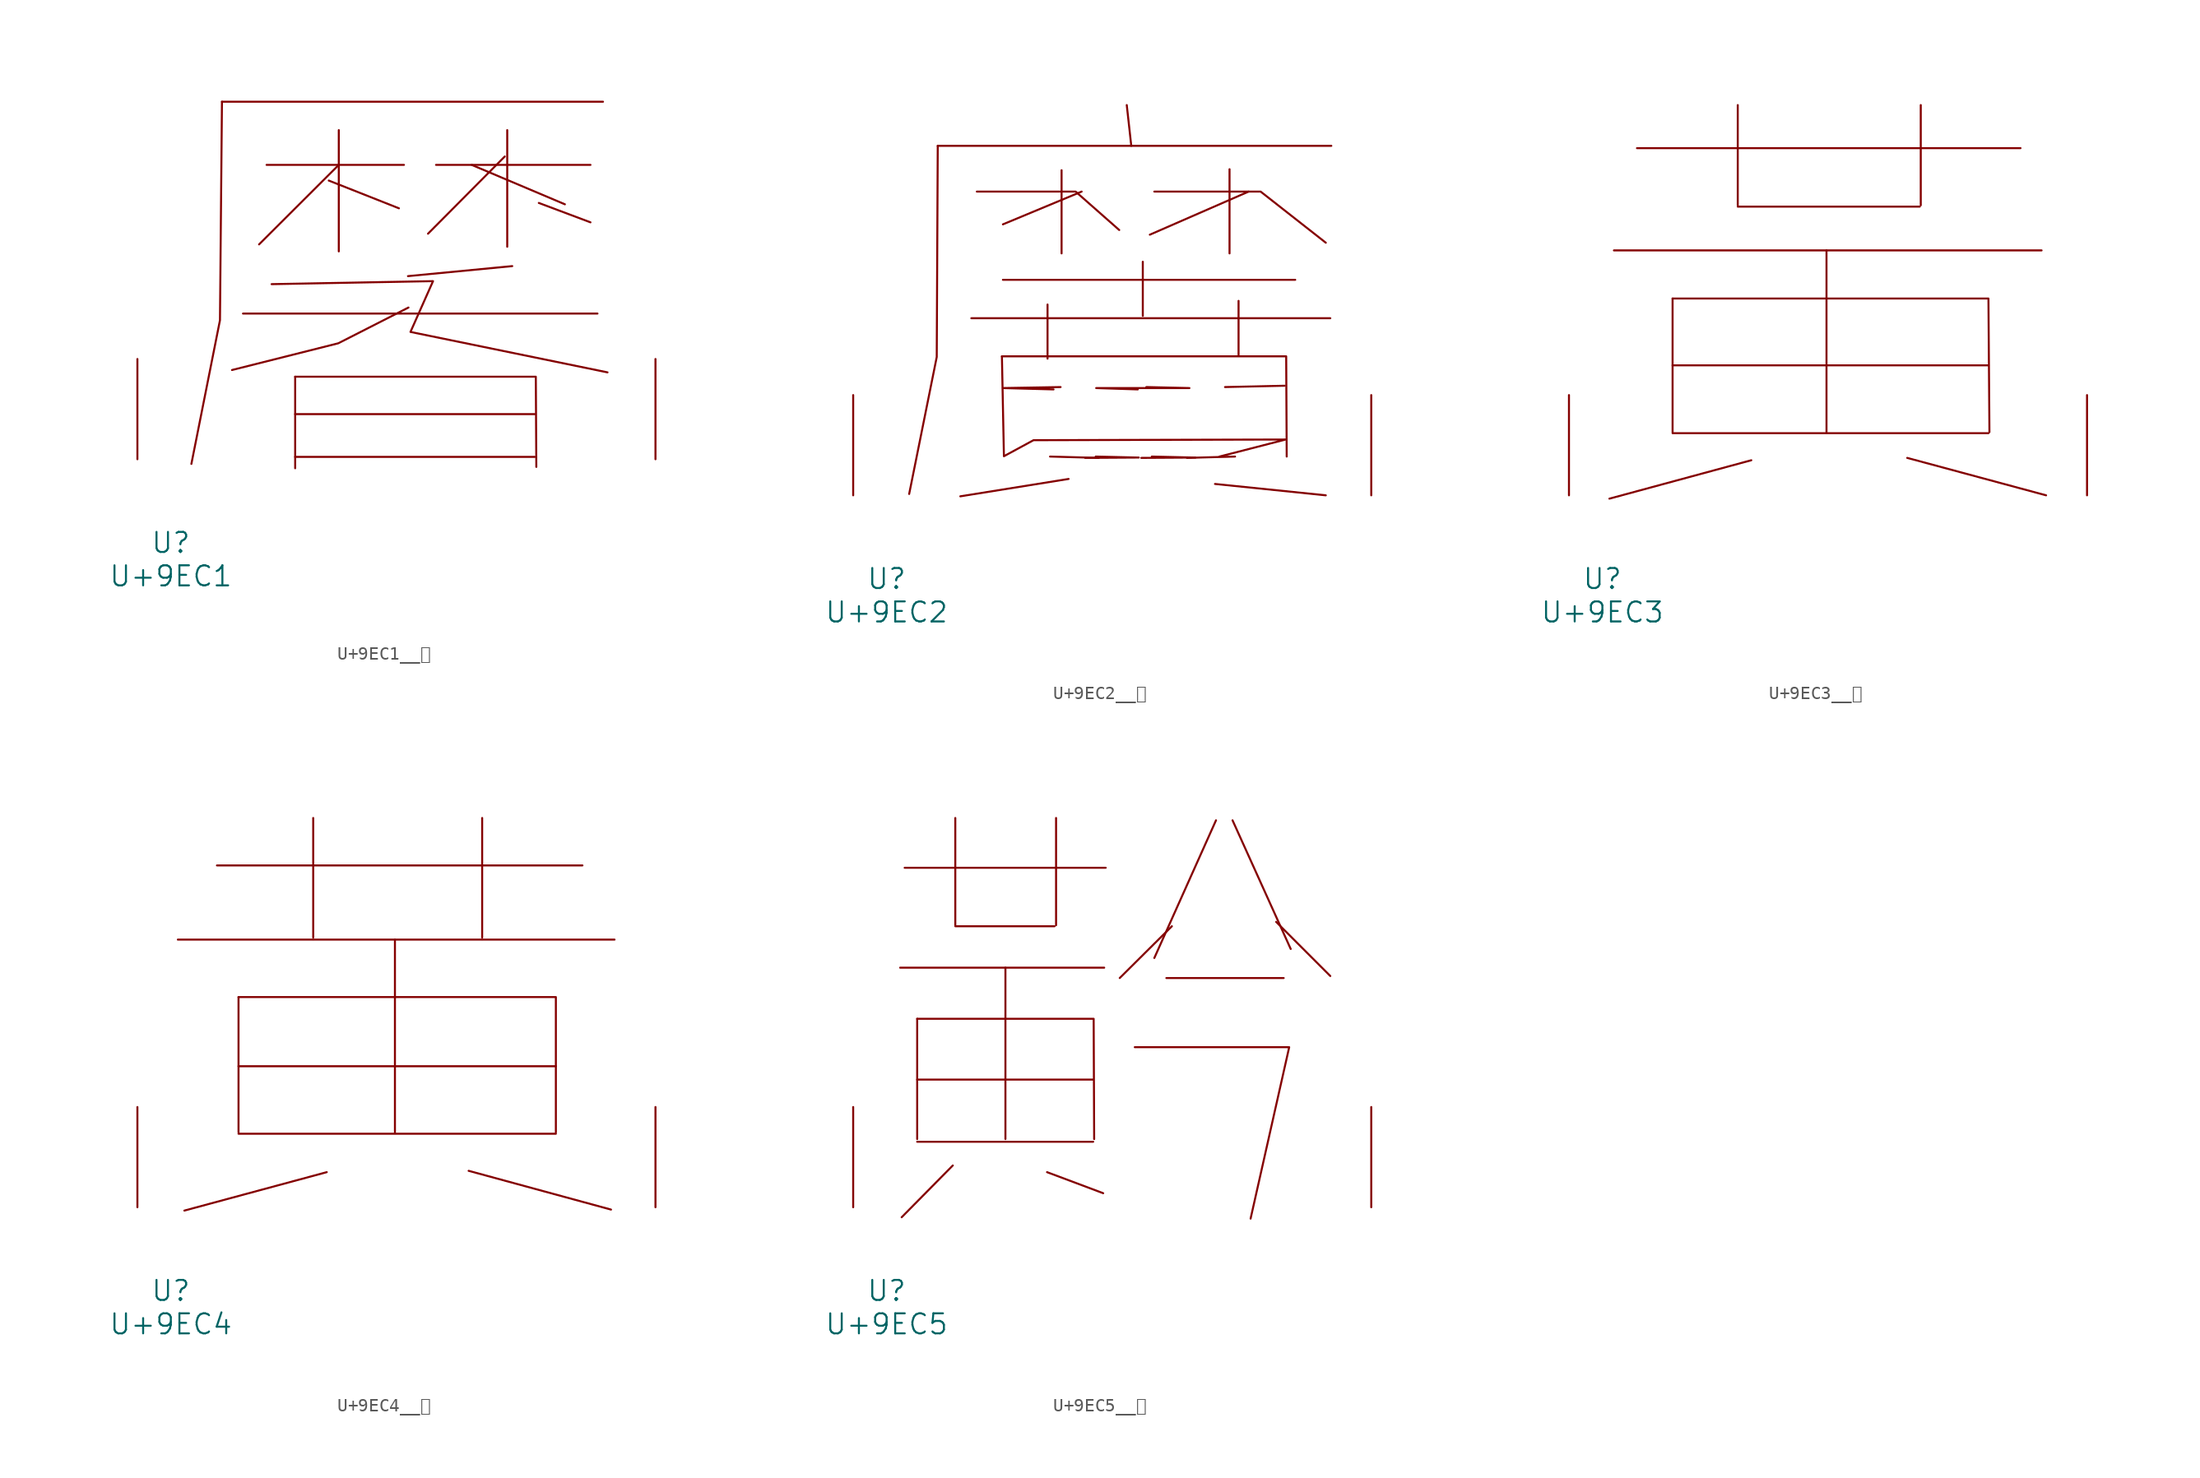
<source format=kicad_sym>
(kicad_symbol_lib
  (version 20231120)
  (generator "kicad_symbol_editor")
  (generator_version "8.0")
  (symbol "U+9EC1__黁"
    (pin_names
      (offset 1.016))
    (property "Reference" "U"
      (at 0 -6.35 0)
      (effects (font (size 1.524 1.524))))
    (property "Value" "U+9EC1"
      (at 0 -8.89 0)
      (effects (font (size 1.524 1.524))))
    (symbol "U+9EC1__黁_0_1"
      (polyline (pts (xy 3.886 27.178) (xy 32.842 27.178)) (stroke (width 0) (type solid)) (fill (type none)))
      (polyline (pts (xy 5.486 11.074) (xy 32.423 11.074)) (stroke (width 0) (type solid)) (fill (type none)))
      (polyline (pts (xy 7.277 22.377) (xy 17.716 22.377)) (stroke (width 0) (type solid)) (fill (type none)))
      (polyline (pts (xy 9.449 0.178) (xy 27.661 0.178)) (stroke (width 0) (type solid)) (fill (type none)))
      (polyline (pts (xy 9.449 3.429) (xy 27.661 3.429)) (stroke (width 0) (type solid)) (fill (type none)))
      (polyline (pts (xy 9.449 6.274) (xy 9.449 -0.686)) (stroke (width 0) (type solid)) (fill (type none)))
      (polyline (pts (xy 12.002 21.184) (xy 17.335 19.075)) (stroke (width 0) (type solid)) (fill (type none)))
      (polyline (pts (xy 12.764 22.377) (xy 6.706 16.332)) (stroke (width 0) (type solid)) (fill (type none)))
      (polyline (pts (xy 12.764 25.019) (xy 12.764 15.799)) (stroke (width 0) (type solid)) (fill (type none)))
      (polyline (pts (xy 20.155 22.377) (xy 31.89 22.377)) (stroke (width 0) (type solid)) (fill (type none)))
      (polyline (pts (xy 22.86 22.377) (xy 29.947 19.38)) (stroke (width 0) (type solid)) (fill (type none)))
      (polyline (pts (xy 25.375 23.012) (xy 19.545 17.145)) (stroke (width 0) (type solid)) (fill (type none)))
      (polyline (pts (xy 25.565 25.019) (xy 25.565 16.154)) (stroke (width 0) (type solid)) (fill (type none)))
      (polyline (pts (xy 25.946 14.681) (xy 18.021 13.919)) (stroke (width 0) (type solid)) (fill (type none)))
      (polyline (pts (xy 27.965 19.482) (xy 31.89 18.009)) (stroke (width 0) (type solid)) (fill (type none)))
      (polyline (pts (xy 3.886 27.178) (xy 3.734 10.566) (xy 1.562 -0.356)) (stroke (width 0) (type solid)) (fill (type none)))
      (polyline (pts (xy 9.449 6.274) (xy 27.737 6.274) (xy 27.775 -0.584)) (stroke (width 0) (type solid)) (fill (type none)))
      (polyline (pts (xy 18.059 11.532) (xy 12.725 8.814) (xy 4.648 6.782)) (stroke (width 0) (type solid)) (fill (type none)))
      (polyline (pts (xy 7.658 13.31) (xy 19.926 13.538) (xy 18.212 9.677) (xy 33.185 6.604)) (stroke (width 0) (type solid)) (fill (type none)))
      (pin input line (at -2.54 0 90) (length 7.62) (name "~" (effects (font (size 1.27 1.27)))) (number "~" (effects (font (size 1.27 1.27)))))
      (pin input line (at 36.83 0 90) (length 7.62) (name "~" (effects (font (size 1.27 1.27)))) (number "~" (effects (font (size 1.27 1.27)))))))
  (symbol "U+9EC2__黂"
    (pin_names
      (offset 1.016))
    (property "Reference" "U"
      (at 0 -6.35 0)
      (effects (font (size 1.524 1.524))))
    (property "Value" "U+9EC2"
      (at 0 -8.89 0)
      (effects (font (size 1.524 1.524))))
    (symbol "U+9EC2__黂_0_1"
      (polyline (pts (xy 3.886 26.568) (xy 33.795 26.568)) (stroke (width 0) (type solid)) (fill (type none)))
      (polyline (pts (xy 6.439 13.462) (xy 33.718 13.462)) (stroke (width 0) (type solid)) (fill (type none)))
      (polyline (pts (xy 8.839 16.383) (xy 31.052 16.383)) (stroke (width 0) (type solid)) (fill (type none)))
      (polyline (pts (xy 12.23 14.503) (xy 12.23 10.389)) (stroke (width 0) (type solid)) (fill (type none)))
      (polyline (pts (xy 13.297 24.714) (xy 13.297 18.39)) (stroke (width 0) (type solid)) (fill (type none)))
      (polyline (pts (xy 13.83 1.245) (xy 5.601 -0.076)) (stroke (width 0) (type solid)) (fill (type none)))
      (polyline (pts (xy 14.821 23.089) (xy 8.839 20.599)) (stroke (width 0) (type solid)) (fill (type none)))
      (polyline (pts (xy 16.116 2.845) (xy 12.421 2.946)) (stroke (width 0) (type solid)) (fill (type none)))
      (polyline (pts (xy 18.25 29.667) (xy 18.593 26.568)) (stroke (width 0) (type solid)) (fill (type none)))
      (polyline (pts (xy 19.469 17.755) (xy 19.469 13.64)) (stroke (width 0) (type solid)) (fill (type none)))
      (polyline (pts (xy 22.822 2.845) (xy 26.48 2.946)) (stroke (width 0) (type solid)) (fill (type none)))
      (polyline (pts (xy 24.956 0.864) (xy 33.376 0)) (stroke (width 0) (type solid)) (fill (type none)))
      (polyline (pts (xy 26.06 24.79) (xy 26.06 18.39)) (stroke (width 0) (type solid)) (fill (type none)))
      (polyline (pts (xy 26.746 14.783) (xy 26.746 10.668)) (stroke (width 0) (type solid)) (fill (type none)))
      (polyline (pts (xy 27.508 23.089) (xy 20.003 19.812)) (stroke (width 0) (type solid)) (fill (type none)))
      (polyline (pts (xy 30.251 8.331) (xy 25.718 8.23)) (stroke (width 0) (type solid)) (fill (type none)))
      (polyline (pts (xy 3.886 26.568) (xy 3.81 10.516) (xy 1.714 0.102)) (stroke (width 0) (type solid)) (fill (type none)))
      (polyline (pts (xy 6.858 23.089) (xy 14.364 23.089) (xy 17.678 20.168)) (stroke (width 0) (type solid)) (fill (type none)))
      (polyline (pts (xy 8.763 10.566) (xy 30.366 10.566) (xy 30.404 2.946)) (stroke (width 0) (type solid)) (fill (type none)))
      (polyline (pts (xy 12.687 8.052) (xy 8.839 8.153) (xy 13.221 8.23)) (stroke (width 0) (type solid)) (fill (type none)))
      (polyline (pts (xy 15.088 2.845) (xy 19.164 2.87) (xy 15.888 2.946)) (stroke (width 0) (type solid)) (fill (type none)))
      (polyline (pts (xy 19.355 2.845) (xy 23.47 2.87) (xy 20.155 2.946)) (stroke (width 0) (type solid)) (fill (type none)))
      (polyline (pts (xy 20.345 23.089) (xy 28.423 23.089) (xy 33.376 19.202)) (stroke (width 0) (type solid)) (fill (type none)))
      (polyline (pts (xy 8.763 10.566) (xy 8.915 2.972) (xy 11.163 4.191) (xy 30.328 4.242) (xy 25.298 2.946)) (stroke (width 0) (type solid)) (fill (type none)))
      (polyline (pts (xy 19.088 8.052) (xy 15.926 8.153) (xy 19.507 8.153) (xy 23.012 8.153) (xy 19.736 8.23)) (stroke (width 0) (type solid)) (fill (type none)))
      (pin input line (at -2.54 0 90) (length 7.62) (name "~" (effects (font (size 1.27 1.27)))) (number "~" (effects (font (size 1.27 1.27)))))
      (pin input line (at 36.83 0 90) (length 7.62) (name "~" (effects (font (size 1.27 1.27)))) (number "~" (effects (font (size 1.27 1.27)))))))
  (symbol "U+9EC3__黃"
    (pin_names
      (offset 1.016))
    (property "Reference" "U"
      (at 0 -6.35 0)
      (effects (font (size 1.524 1.524))))
    (property "Value" "U+9EC3"
      (at 0 -8.89 0)
      (effects (font (size 1.524 1.524))))
    (symbol "U+9EC3__黃_0_1"
      (polyline (pts (xy 0.876 18.618) (xy 33.376 18.618)) (stroke (width 0) (type solid)) (fill (type none)))
      (polyline (pts (xy 2.629 26.391) (xy 31.775 26.391)) (stroke (width 0) (type solid)) (fill (type none)))
      (polyline (pts (xy 5.334 4.724) (xy 29.337 4.724)) (stroke (width 0) (type solid)) (fill (type none)))
      (polyline (pts (xy 5.334 9.881) (xy 29.337 9.881)) (stroke (width 0) (type solid)) (fill (type none)))
      (polyline (pts (xy 5.334 14.961) (xy 5.334 4.801)) (stroke (width 0) (type solid)) (fill (type none)))
      (polyline (pts (xy 10.287 21.946) (xy 24.117 21.946)) (stroke (width 0) (type solid)) (fill (type none)))
      (polyline (pts (xy 10.287 29.667) (xy 10.287 22.047)) (stroke (width 0) (type solid)) (fill (type none)))
      (polyline (pts (xy 11.316 2.667) (xy 0.533 -0.254)) (stroke (width 0) (type solid)) (fill (type none)))
      (polyline (pts (xy 17.031 18.618) (xy 17.031 4.801)) (stroke (width 0) (type solid)) (fill (type none)))
      (polyline (pts (xy 23.165 2.845) (xy 33.718 0)) (stroke (width 0) (type solid)) (fill (type none)))
      (polyline (pts (xy 24.194 29.667) (xy 24.194 22.047)) (stroke (width 0) (type solid)) (fill (type none)))
      (polyline (pts (xy 5.334 14.961) (xy 29.337 14.961) (xy 29.413 4.801)) (stroke (width 0) (type solid)) (fill (type none)))
      (pin input line (at -2.54 0 90) (length 7.62) (name "~" (effects (font (size 1.27 1.27)))) (number "~" (effects (font (size 1.27 1.27)))))
      (pin input line (at 36.83 0 90) (length 7.62) (name "~" (effects (font (size 1.27 1.27)))) (number "~" (effects (font (size 1.27 1.27)))))))
  (symbol "U+9EC4__黄"
    (pin_names
      (offset 1.016))
    (property "Reference" "U"
      (at 0 -6.35 0)
      (effects (font (size 1.524 1.524))))
    (property "Value" "U+9EC4"
      (at 0 -8.89 0)
      (effects (font (size 1.524 1.524))))
    (symbol "U+9EC4__黄_0_1"
      (polyline (pts (xy 0.533 20.345) (xy 33.718 20.345)) (stroke (width 0) (type solid)) (fill (type none)))
      (polyline (pts (xy 3.505 25.984) (xy 31.28 25.984)) (stroke (width 0) (type solid)) (fill (type none)))
      (polyline (pts (xy 5.144 5.588) (xy 29.261 5.588)) (stroke (width 0) (type solid)) (fill (type none)))
      (polyline (pts (xy 5.144 10.719) (xy 29.261 10.719)) (stroke (width 0) (type solid)) (fill (type none)))
      (polyline (pts (xy 5.144 15.977) (xy 5.144 5.69)) (stroke (width 0) (type solid)) (fill (type none)))
      (polyline (pts (xy 10.82 29.591) (xy 10.82 20.498)) (stroke (width 0) (type solid)) (fill (type none)))
      (polyline (pts (xy 11.849 2.667) (xy 1.029 -0.254)) (stroke (width 0) (type solid)) (fill (type none)))
      (polyline (pts (xy 17.031 20.345) (xy 17.031 5.69)) (stroke (width 0) (type solid)) (fill (type none)))
      (polyline (pts (xy 22.631 2.769) (xy 33.452 -0.178)) (stroke (width 0) (type solid)) (fill (type none)))
      (polyline (pts (xy 23.66 29.591) (xy 23.66 20.498)) (stroke (width 0) (type solid)) (fill (type none)))
      (polyline (pts (xy 5.144 15.977) (xy 29.261 15.977) (xy 29.261 5.69)) (stroke (width 0) (type solid)) (fill (type none)))
      (pin input line (at -2.54 0 90) (length 7.62) (name "~" (effects (font (size 1.27 1.27)))) (number "~" (effects (font (size 1.27 1.27)))))
      (pin input line (at 36.83 0 90) (length 7.62) (name "~" (effects (font (size 1.27 1.27)))) (number "~" (effects (font (size 1.27 1.27)))))))
  (symbol "U+9EC5__黅"
    (pin_names
      (offset 1.016))
    (property "Reference" "U"
      (at 0 -6.35 0)
      (effects (font (size 1.524 1.524))))
    (property "Value" "U+9EC5"
      (at 0 -8.89 0)
      (effects (font (size 1.524 1.524))))
    (symbol "U+9EC5__黅_0_1"
      (polyline (pts (xy 1.029 18.212) (xy 16.535 18.212)) (stroke (width 0) (type solid)) (fill (type none)))
      (polyline (pts (xy 1.372 25.806) (xy 16.65 25.806)) (stroke (width 0) (type solid)) (fill (type none)))
      (polyline (pts (xy 2.324 4.978) (xy 15.697 4.978)) (stroke (width 0) (type solid)) (fill (type none)))
      (polyline (pts (xy 2.324 9.703) (xy 15.697 9.703)) (stroke (width 0) (type solid)) (fill (type none)))
      (polyline (pts (xy 2.324 14.326) (xy 2.324 5.182)) (stroke (width 0) (type solid)) (fill (type none)))
      (polyline (pts (xy 5.029 3.175) (xy 1.143 -0.762)) (stroke (width 0) (type solid)) (fill (type none)))
      (polyline (pts (xy 5.22 21.361) (xy 12.764 21.361)) (stroke (width 0) (type solid)) (fill (type none)))
      (polyline (pts (xy 5.22 29.591) (xy 5.22 21.438)) (stroke (width 0) (type solid)) (fill (type none)))
      (polyline (pts (xy 9.03 18.212) (xy 9.03 5.182)) (stroke (width 0) (type solid)) (fill (type none)))
      (polyline (pts (xy 12.192 2.667) (xy 16.459 1.067)) (stroke (width 0) (type solid)) (fill (type none)))
      (polyline (pts (xy 12.878 29.591) (xy 12.878 21.438)) (stroke (width 0) (type solid)) (fill (type none)))
      (polyline (pts (xy 21.26 17.424) (xy 30.175 17.424)) (stroke (width 0) (type solid)) (fill (type none)))
      (polyline (pts (xy 21.679 21.361) (xy 17.716 17.424)) (stroke (width 0) (type solid)) (fill (type none)))
      (polyline (pts (xy 25.032 29.413) (xy 20.345 18.948)) (stroke (width 0) (type solid)) (fill (type none)))
      (polyline (pts (xy 26.289 29.413) (xy 30.709 19.634)) (stroke (width 0) (type solid)) (fill (type none)))
      (polyline (pts (xy 29.604 21.692) (xy 33.718 17.577)) (stroke (width 0) (type solid)) (fill (type none)))
      (polyline (pts (xy 2.324 14.326) (xy 15.735 14.326) (xy 15.773 5.182)) (stroke (width 0) (type solid)) (fill (type none)))
      (polyline (pts (xy 18.86 12.167) (xy 30.594 12.167) (xy 27.661 -0.864)) (stroke (width 0) (type solid)) (fill (type none)))
      (pin input line (at -2.54 0 90) (length 7.62) (name "~" (effects (font (size 1.27 1.27)))) (number "~" (effects (font (size 1.27 1.27)))))
      (pin input line (at 36.83 0 90) (length 7.62) (name "~" (effects (font (size 1.27 1.27)))) (number "~" (effects (font (size 1.27 1.27))))))))
</source>
